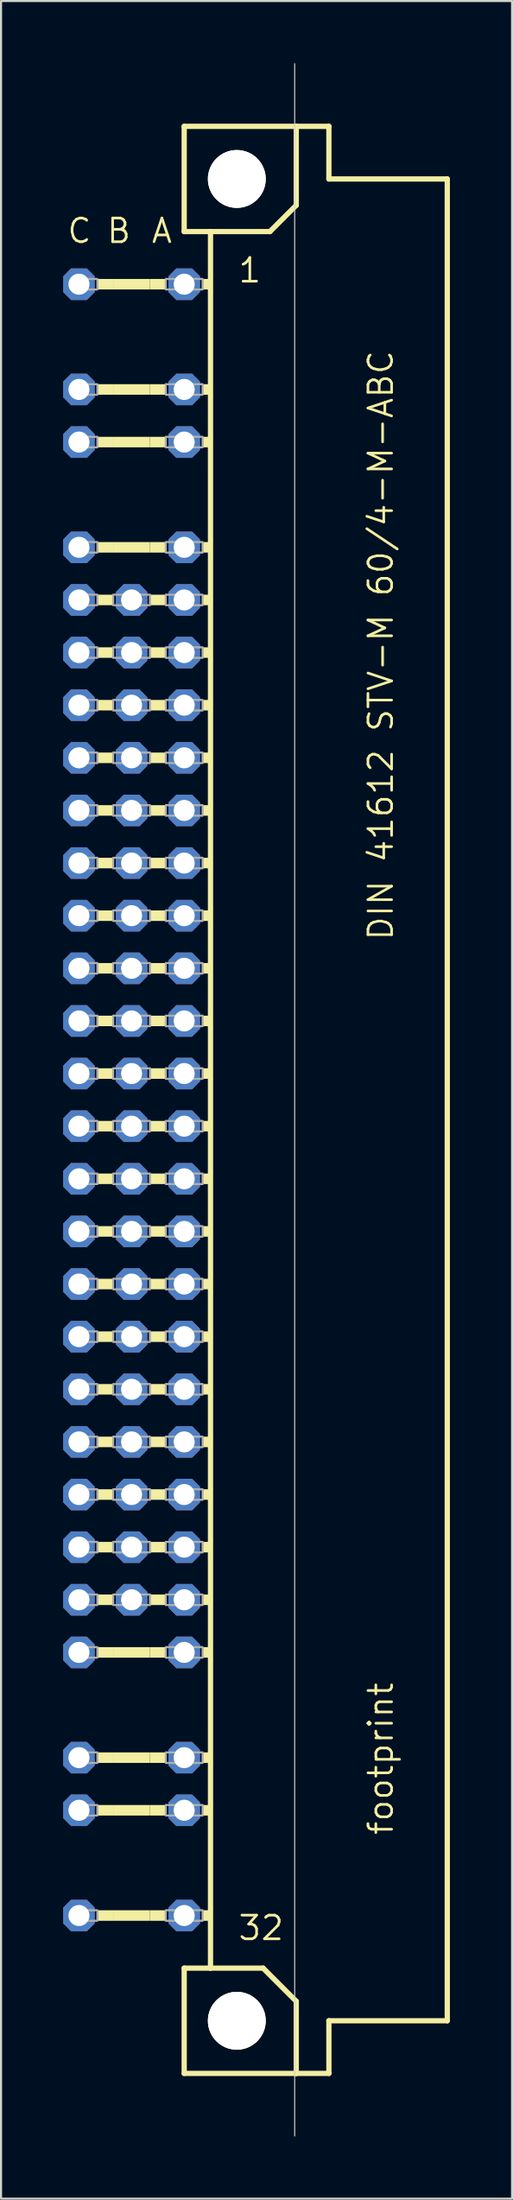
<source format=kicad_pcb>
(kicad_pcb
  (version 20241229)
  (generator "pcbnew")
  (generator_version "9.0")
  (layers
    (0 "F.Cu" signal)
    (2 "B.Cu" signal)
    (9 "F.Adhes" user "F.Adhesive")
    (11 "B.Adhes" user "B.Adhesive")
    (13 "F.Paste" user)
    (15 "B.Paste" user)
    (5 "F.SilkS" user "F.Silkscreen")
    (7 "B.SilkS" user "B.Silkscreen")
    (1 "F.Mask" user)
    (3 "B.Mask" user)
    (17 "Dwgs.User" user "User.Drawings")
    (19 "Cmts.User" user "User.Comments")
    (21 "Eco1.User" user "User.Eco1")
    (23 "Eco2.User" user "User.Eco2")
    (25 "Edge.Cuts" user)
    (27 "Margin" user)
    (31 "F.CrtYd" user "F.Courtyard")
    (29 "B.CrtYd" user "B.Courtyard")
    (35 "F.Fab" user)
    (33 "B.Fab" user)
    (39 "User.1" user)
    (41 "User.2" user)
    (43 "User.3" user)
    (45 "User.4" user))
  (footprint "footprint"
    (layer "F.Cu")
    (at 8.382 50.038)
    (property "Reference" "footprint" (at 7.62 35.56 90) (layer "F.SilkS") (effects (font (size 1.143 1.143) (thickness 0.127)) (justify left bottom)))
    (fp_line (start -2.54 -46.99) (end -2.54 -41.91) (stroke (width 0.254) (type solid)) (layer "F.SilkS"))
    (fp_line (start -2.54 -41.91) (end -1.27 -41.91) (stroke (width 0.254) (type solid)) (layer "F.SilkS"))
    (fp_line (start -2.54 41.91) (end -2.54 46.99) (stroke (width 0.254) (type solid)) (layer "F.SilkS"))
    (fp_line (start -2.54 41.91) (end -1.27 41.91) (stroke (width 0.254) (type solid)) (layer "F.SilkS"))
    (fp_line (start -2.54 46.99) (end 2.87 46.99) (stroke (width 0.254) (type solid)) (layer "F.SilkS"))
    (fp_line (start -1.27 -41.91) (end -1.27 41.91) (stroke (width 0.254) (type solid)) (layer "F.SilkS"))
    (fp_line (start -1.27 -41.91) (end 1.6 -41.91) (stroke (width 0.254) (type solid)) (layer "F.SilkS"))
    (fp_line (start -1.27 41.91) (end 1.27 41.91) (stroke (width 0.254) (type solid)) (layer "F.SilkS"))
    (fp_line (start 1.6 -41.91) (end 2.87 -43.18) (stroke (width 0.254) (type solid)) (layer "F.SilkS"))
    (fp_line (start 2.87 -46.99) (end -2.54 -46.99) (stroke (width 0.254) (type solid)) (layer "F.SilkS"))
    (fp_line (start 2.87 -43.18) (end 2.87 -46.99) (stroke (width 0.254) (type solid)) (layer "F.SilkS"))
    (fp_line (start 2.87 43.51) (end 1.27 41.91) (stroke (width 0.254) (type solid)) (layer "F.SilkS"))
    (fp_line (start 2.87 43.51) (end 2.87 46.99) (stroke (width 0.254) (type solid)) (layer "F.SilkS"))
    (fp_line (start 2.87 46.99) (end 4.445 46.99) (stroke (width 0.254) (type solid)) (layer "F.SilkS"))
    (fp_line (start 4.445 -46.99) (end 2.87 -46.99) (stroke (width 0.254) (type solid)) (layer "F.SilkS"))
    (fp_line (start 4.445 -44.45) (end 4.445 -46.99) (stroke (width 0.254) (type solid)) (layer "F.SilkS"))
    (fp_line (start 4.445 44.45) (end 10.16 44.45) (stroke (width 0.254) (type solid)) (layer "F.SilkS"))
    (fp_line (start 4.445 46.99) (end 4.445 44.45) (stroke (width 0.254) (type solid)) (layer "F.SilkS"))
    (fp_line (start 10.16 -44.45) (end 4.445 -44.45) (stroke (width 0.254) (type solid)) (layer "F.SilkS"))
    (fp_line (start 10.16 44.45) (end 10.16 -44.45) (stroke (width 0.254) (type solid)) (layer "F.SilkS"))
    (fp_circle (center 0 -44.45) (end 1.27 -44.45) (stroke (width 0.254) (type solid)) (fill no) (layer "F.SilkS"))
    (fp_circle (center 0 44.45) (end 1.27 44.45) (stroke (width 0.254) (type solid)) (fill no) (layer "F.SilkS"))
    (fp_poly (pts (xy -6.731 -39.116) (xy -5.969 -39.116) (xy -5.969 -39.624) (xy -6.731 -39.624)) (stroke (width 0) (type solid)) (fill yes) (layer "F.SilkS"))
    (fp_poly (pts (xy -6.731 -34.036) (xy -5.969 -34.036) (xy -5.969 -34.544) (xy -6.731 -34.544)) (stroke (width 0) (type solid)) (fill yes) (layer "F.SilkS"))
    (fp_poly (pts (xy -6.731 -31.496) (xy -5.969 -31.496) (xy -5.969 -32.004) (xy -6.731 -32.004)) (stroke (width 0) (type solid)) (fill yes) (layer "F.SilkS"))
    (fp_poly (pts (xy -6.731 -26.416) (xy -5.969 -26.416) (xy -5.969 -26.924) (xy -6.731 -26.924)) (stroke (width 0) (type solid)) (fill yes) (layer "F.SilkS"))
    (fp_poly (pts (xy -6.731 -23.876) (xy -5.969 -23.876) (xy -5.969 -24.384) (xy -6.731 -24.384)) (stroke (width 0) (type solid)) (fill yes) (layer "F.SilkS"))
    (fp_poly (pts (xy -6.731 -21.336) (xy -5.969 -21.336) (xy -5.969 -21.844) (xy -6.731 -21.844)) (stroke (width 0) (type solid)) (fill yes) (layer "F.SilkS"))
    (fp_poly (pts (xy -6.731 -18.796) (xy -5.969 -18.796) (xy -5.969 -19.304) (xy -6.731 -19.304)) (stroke (width 0) (type solid)) (fill yes) (layer "F.SilkS"))
    (fp_poly (pts (xy -6.731 -16.256) (xy -5.969 -16.256) (xy -5.969 -16.764) (xy -6.731 -16.764)) (stroke (width 0) (type solid)) (fill yes) (layer "F.SilkS"))
    (fp_poly (pts (xy -6.731 -13.716) (xy -5.969 -13.716) (xy -5.969 -14.224) (xy -6.731 -14.224)) (stroke (width 0) (type solid)) (fill yes) (layer "F.SilkS"))
    (fp_poly (pts (xy -6.731 -11.176) (xy -5.969 -11.176) (xy -5.969 -11.684) (xy -6.731 -11.684)) (stroke (width 0) (type solid)) (fill yes) (layer "F.SilkS"))
    (fp_poly (pts (xy -6.731 -8.636) (xy -5.969 -8.636) (xy -5.969 -9.144) (xy -6.731 -9.144)) (stroke (width 0) (type solid)) (fill yes) (layer "F.SilkS"))
    (fp_poly (pts (xy -6.731 -6.096) (xy -5.969 -6.096) (xy -5.969 -6.604) (xy -6.731 -6.604)) (stroke (width 0) (type solid)) (fill yes) (layer "F.SilkS"))
    (fp_poly (pts (xy -6.731 -3.556) (xy -5.969 -3.556) (xy -5.969 -4.064) (xy -6.731 -4.064)) (stroke (width 0) (type solid)) (fill yes) (layer "F.SilkS"))
    (fp_poly (pts (xy -6.731 -1.016) (xy -5.969 -1.016) (xy -5.969 -1.524) (xy -6.731 -1.524)) (stroke (width 0) (type solid)) (fill yes) (layer "F.SilkS"))
    (fp_poly (pts (xy -6.731 1.524) (xy -5.969 1.524) (xy -5.969 1.016) (xy -6.731 1.016)) (stroke (width 0) (type solid)) (fill yes) (layer "F.SilkS"))
    (fp_poly (pts (xy -6.731 4.064) (xy -5.969 4.064) (xy -5.969 3.556) (xy -6.731 3.556)) (stroke (width 0) (type solid)) (fill yes) (layer "F.SilkS"))
    (fp_poly (pts (xy -6.731 6.604) (xy -5.969 6.604) (xy -5.969 6.096) (xy -6.731 6.096)) (stroke (width 0) (type solid)) (fill yes) (layer "F.SilkS"))
    (fp_poly (pts (xy -6.731 9.144) (xy -5.969 9.144) (xy -5.969 8.636) (xy -6.731 8.636)) (stroke (width 0) (type solid)) (fill yes) (layer "F.SilkS"))
    (fp_poly (pts (xy -6.731 11.684) (xy -5.969 11.684) (xy -5.969 11.176) (xy -6.731 11.176)) (stroke (width 0) (type solid)) (fill yes) (layer "F.SilkS"))
    (fp_poly (pts (xy -6.731 14.224) (xy -5.969 14.224) (xy -5.969 13.716) (xy -6.731 13.716)) (stroke (width 0) (type solid)) (fill yes) (layer "F.SilkS"))
    (fp_poly (pts (xy -6.731 16.764) (xy -5.969 16.764) (xy -5.969 16.256) (xy -6.731 16.256)) (stroke (width 0) (type solid)) (fill yes) (layer "F.SilkS"))
    (fp_poly (pts (xy -6.731 19.304) (xy -5.969 19.304) (xy -5.969 18.796) (xy -6.731 18.796)) (stroke (width 0) (type solid)) (fill yes) (layer "F.SilkS"))
    (fp_poly (pts (xy -6.731 21.844) (xy -5.969 21.844) (xy -5.969 21.336) (xy -6.731 21.336)) (stroke (width 0) (type solid)) (fill yes) (layer "F.SilkS"))
    (fp_poly (pts (xy -6.731 24.384) (xy -5.969 24.384) (xy -5.969 23.876) (xy -6.731 23.876)) (stroke (width 0) (type solid)) (fill yes) (layer "F.SilkS"))
    (fp_poly (pts (xy -6.731 26.924) (xy -5.969 26.924) (xy -5.969 26.416) (xy -6.731 26.416)) (stroke (width 0) (type solid)) (fill yes) (layer "F.SilkS"))
    (fp_poly (pts (xy -6.731 32.004) (xy -5.969 32.004) (xy -5.969 31.496) (xy -6.731 31.496)) (stroke (width 0) (type solid)) (fill yes) (layer "F.SilkS"))
    (fp_poly (pts (xy -6.731 34.544) (xy -5.969 34.544) (xy -5.969 34.036) (xy -6.731 34.036)) (stroke (width 0) (type solid)) (fill yes) (layer "F.SilkS"))
    (fp_poly (pts (xy -6.731 39.624) (xy -5.969 39.624) (xy -5.969 39.116) (xy -6.731 39.116)) (stroke (width 0) (type solid)) (fill yes) (layer "F.SilkS"))
    (fp_poly (pts (xy -5.969 -39.116) (xy -4.191 -39.116) (xy -4.191 -39.624) (xy -5.969 -39.624)) (stroke (width 0) (type solid)) (fill yes) (layer "F.SilkS"))
    (fp_poly (pts (xy -5.969 -34.036) (xy -4.191 -34.036) (xy -4.191 -34.544) (xy -5.969 -34.544)) (stroke (width 0) (type solid)) (fill yes) (layer "F.SilkS"))
    (fp_poly (pts (xy -5.969 -31.496) (xy -4.191 -31.496) (xy -4.191 -32.004) (xy -5.969 -32.004)) (stroke (width 0) (type solid)) (fill yes) (layer "F.SilkS"))
    (fp_poly (pts (xy -5.969 -26.416) (xy -4.191 -26.416) (xy -4.191 -26.924) (xy -5.969 -26.924)) (stroke (width 0) (type solid)) (fill yes) (layer "F.SilkS"))
    (fp_poly (pts (xy -5.969 26.924) (xy -4.191 26.924) (xy -4.191 26.416) (xy -5.969 26.416)) (stroke (width 0) (type solid)) (fill yes) (layer "F.SilkS"))
    (fp_poly (pts (xy -5.969 32.004) (xy -4.191 32.004) (xy -4.191 31.496) (xy -5.969 31.496)) (stroke (width 0) (type solid)) (fill yes) (layer "F.SilkS"))
    (fp_poly (pts (xy -5.969 34.544) (xy -4.191 34.544) (xy -4.191 34.036) (xy -5.969 34.036)) (stroke (width 0) (type solid)) (fill yes) (layer "F.SilkS"))
    (fp_poly (pts (xy -5.969 39.624) (xy -4.191 39.624) (xy -4.191 39.116) (xy -5.969 39.116)) (stroke (width 0) (type solid)) (fill yes) (layer "F.SilkS"))
    (fp_poly (pts (xy -4.191 -39.116) (xy -3.429 -39.116) (xy -3.429 -39.624) (xy -4.191 -39.624)) (stroke (width 0) (type solid)) (fill yes) (layer "F.SilkS"))
    (fp_poly (pts (xy -4.191 -34.036) (xy -3.429 -34.036) (xy -3.429 -34.544) (xy -4.191 -34.544)) (stroke (width 0) (type solid)) (fill yes) (layer "F.SilkS"))
    (fp_poly (pts (xy -4.191 -31.496) (xy -3.429 -31.496) (xy -3.429 -32.004) (xy -4.191 -32.004)) (stroke (width 0) (type solid)) (fill yes) (layer "F.SilkS"))
    (fp_poly (pts (xy -4.191 -26.416) (xy -3.429 -26.416) (xy -3.429 -26.924) (xy -4.191 -26.924)) (stroke (width 0) (type solid)) (fill yes) (layer "F.SilkS"))
    (fp_poly (pts (xy -4.191 -23.876) (xy -3.429 -23.876) (xy -3.429 -24.384) (xy -4.191 -24.384)) (stroke (width 0) (type solid)) (fill yes) (layer "F.SilkS"))
    (fp_poly (pts (xy -4.191 -21.336) (xy -3.429 -21.336) (xy -3.429 -21.844) (xy -4.191 -21.844)) (stroke (width 0) (type solid)) (fill yes) (layer "F.SilkS"))
    (fp_poly (pts (xy -4.191 -18.796) (xy -3.429 -18.796) (xy -3.429 -19.304) (xy -4.191 -19.304)) (stroke (width 0) (type solid)) (fill yes) (layer "F.SilkS"))
    (fp_poly (pts (xy -4.191 -16.256) (xy -3.429 -16.256) (xy -3.429 -16.764) (xy -4.191 -16.764)) (stroke (width 0) (type solid)) (fill yes) (layer "F.SilkS"))
    (fp_poly (pts (xy -4.191 -13.716) (xy -3.429 -13.716) (xy -3.429 -14.224) (xy -4.191 -14.224)) (stroke (width 0) (type solid)) (fill yes) (layer "F.SilkS"))
    (fp_poly (pts (xy -4.191 -11.176) (xy -3.429 -11.176) (xy -3.429 -11.684) (xy -4.191 -11.684)) (stroke (width 0) (type solid)) (fill yes) (layer "F.SilkS"))
    (fp_poly (pts (xy -4.191 -8.636) (xy -3.429 -8.636) (xy -3.429 -9.144) (xy -4.191 -9.144)) (stroke (width 0) (type solid)) (fill yes) (layer "F.SilkS"))
    (fp_poly (pts (xy -4.191 -6.096) (xy -3.429 -6.096) (xy -3.429 -6.604) (xy -4.191 -6.604)) (stroke (width 0) (type solid)) (fill yes) (layer "F.SilkS"))
    (fp_poly (pts (xy -4.191 -3.556) (xy -3.429 -3.556) (xy -3.429 -4.064) (xy -4.191 -4.064)) (stroke (width 0) (type solid)) (fill yes) (layer "F.SilkS"))
    (fp_poly (pts (xy -4.191 -1.016) (xy -3.429 -1.016) (xy -3.429 -1.524) (xy -4.191 -1.524)) (stroke (width 0) (type solid)) (fill yes) (layer "F.SilkS"))
    (fp_poly (pts (xy -4.191 1.524) (xy -3.429 1.524) (xy -3.429 1.016) (xy -4.191 1.016)) (stroke (width 0) (type solid)) (fill yes) (layer "F.SilkS"))
    (fp_poly (pts (xy -4.191 4.064) (xy -3.429 4.064) (xy -3.429 3.556) (xy -4.191 3.556)) (stroke (width 0) (type solid)) (fill yes) (layer "F.SilkS"))
    (fp_poly (pts (xy -4.191 6.604) (xy -3.429 6.604) (xy -3.429 6.096) (xy -4.191 6.096)) (stroke (width 0) (type solid)) (fill yes) (layer "F.SilkS"))
    (fp_poly (pts (xy -4.191 9.144) (xy -3.429 9.144) (xy -3.429 8.636) (xy -4.191 8.636)) (stroke (width 0) (type solid)) (fill yes) (layer "F.SilkS"))
    (fp_poly (pts (xy -4.191 11.684) (xy -3.429 11.684) (xy -3.429 11.176) (xy -4.191 11.176)) (stroke (width 0) (type solid)) (fill yes) (layer "F.SilkS"))
    (fp_poly (pts (xy -4.191 14.224) (xy -3.429 14.224) (xy -3.429 13.716) (xy -4.191 13.716)) (stroke (width 0) (type solid)) (fill yes) (layer "F.SilkS"))
    (fp_poly (pts (xy -4.191 16.764) (xy -3.429 16.764) (xy -3.429 16.256) (xy -4.191 16.256)) (stroke (width 0) (type solid)) (fill yes) (layer "F.SilkS"))
    (fp_poly (pts (xy -4.191 19.304) (xy -3.429 19.304) (xy -3.429 18.796) (xy -4.191 18.796)) (stroke (width 0) (type solid)) (fill yes) (layer "F.SilkS"))
    (fp_poly (pts (xy -4.191 21.844) (xy -3.429 21.844) (xy -3.429 21.336) (xy -4.191 21.336)) (stroke (width 0) (type solid)) (fill yes) (layer "F.SilkS"))
    (fp_poly (pts (xy -4.191 24.384) (xy -3.429 24.384) (xy -3.429 23.876) (xy -4.191 23.876)) (stroke (width 0) (type solid)) (fill yes) (layer "F.SilkS"))
    (fp_poly (pts (xy -4.191 26.924) (xy -3.429 26.924) (xy -3.429 26.416) (xy -4.191 26.416)) (stroke (width 0) (type solid)) (fill yes) (layer "F.SilkS"))
    (fp_poly (pts (xy -4.191 32.004) (xy -3.429 32.004) (xy -3.429 31.496) (xy -4.191 31.496)) (stroke (width 0) (type solid)) (fill yes) (layer "F.SilkS"))
    (fp_poly (pts (xy -4.191 34.544) (xy -3.429 34.544) (xy -3.429 34.036) (xy -4.191 34.036)) (stroke (width 0) (type solid)) (fill yes) (layer "F.SilkS"))
    (fp_poly (pts (xy -4.191 39.624) (xy -3.429 39.624) (xy -3.429 39.116) (xy -4.191 39.116)) (stroke (width 0) (type solid)) (fill yes) (layer "F.SilkS"))
    (fp_poly (pts (xy -1.651 -39.116) (xy -1.27 -39.116) (xy -1.27 -39.624) (xy -1.651 -39.624)) (stroke (width 0) (type solid)) (fill yes) (layer "F.SilkS"))
    (fp_poly (pts (xy -1.651 -34.036) (xy -1.27 -34.036) (xy -1.27 -34.544) (xy -1.651 -34.544)) (stroke (width 0) (type solid)) (fill yes) (layer "F.SilkS"))
    (fp_poly (pts (xy -1.651 -31.496) (xy -1.27 -31.496) (xy -1.27 -32.004) (xy -1.651 -32.004)) (stroke (width 0) (type solid)) (fill yes) (layer "F.SilkS"))
    (fp_poly (pts (xy -1.651 -26.416) (xy -1.27 -26.416) (xy -1.27 -26.924) (xy -1.651 -26.924)) (stroke (width 0) (type solid)) (fill yes) (layer "F.SilkS"))
    (fp_poly (pts (xy -1.651 -23.876) (xy -1.27 -23.876) (xy -1.27 -24.384) (xy -1.651 -24.384)) (stroke (width 0) (type solid)) (fill yes) (layer "F.SilkS"))
    (fp_poly (pts (xy -1.651 -21.336) (xy -1.27 -21.336) (xy -1.27 -21.844) (xy -1.651 -21.844)) (stroke (width 0) (type solid)) (fill yes) (layer "F.SilkS"))
    (fp_poly (pts (xy -1.651 -18.796) (xy -1.27 -18.796) (xy -1.27 -19.304) (xy -1.651 -19.304)) (stroke (width 0) (type solid)) (fill yes) (layer "F.SilkS"))
    (fp_poly (pts (xy -1.651 -16.256) (xy -1.27 -16.256) (xy -1.27 -16.764) (xy -1.651 -16.764)) (stroke (width 0) (type solid)) (fill yes) (layer "F.SilkS"))
    (fp_poly (pts (xy -1.651 -13.716) (xy -1.27 -13.716) (xy -1.27 -14.224) (xy -1.651 -14.224)) (stroke (width 0) (type solid)) (fill yes) (layer "F.SilkS"))
    (fp_poly (pts (xy -1.651 -11.176) (xy -1.27 -11.176) (xy -1.27 -11.684) (xy -1.651 -11.684)) (stroke (width 0) (type solid)) (fill yes) (layer "F.SilkS"))
    (fp_poly (pts (xy -1.651 -8.636) (xy -1.27 -8.636) (xy -1.27 -9.144) (xy -1.651 -9.144)) (stroke (width 0) (type solid)) (fill yes) (layer "F.SilkS"))
    (fp_poly (pts (xy -1.651 -6.096) (xy -1.27 -6.096) (xy -1.27 -6.604) (xy -1.651 -6.604)) (stroke (width 0) (type solid)) (fill yes) (layer "F.SilkS"))
    (fp_poly (pts (xy -1.651 -3.556) (xy -1.27 -3.556) (xy -1.27 -4.064) (xy -1.651 -4.064)) (stroke (width 0) (type solid)) (fill yes) (layer "F.SilkS"))
    (fp_poly (pts (xy -1.651 -1.016) (xy -1.27 -1.016) (xy -1.27 -1.524) (xy -1.651 -1.524)) (stroke (width 0) (type solid)) (fill yes) (layer "F.SilkS"))
    (fp_poly (pts (xy -1.651 1.524) (xy -1.27 1.524) (xy -1.27 1.016) (xy -1.651 1.016)) (stroke (width 0) (type solid)) (fill yes) (layer "F.SilkS"))
    (fp_poly (pts (xy -1.651 4.064) (xy -1.27 4.064) (xy -1.27 3.556) (xy -1.651 3.556)) (stroke (width 0) (type solid)) (fill yes) (layer "F.SilkS"))
    (fp_poly (pts (xy -1.651 6.604) (xy -1.27 6.604) (xy -1.27 6.096) (xy -1.651 6.096)) (stroke (width 0) (type solid)) (fill yes) (layer "F.SilkS"))
    (fp_poly (pts (xy -1.651 9.144) (xy -1.27 9.144) (xy -1.27 8.636) (xy -1.651 8.636)) (stroke (width 0) (type solid)) (fill yes) (layer "F.SilkS"))
    (fp_poly (pts (xy -1.651 11.684) (xy -1.27 11.684) (xy -1.27 11.176) (xy -1.651 11.176)) (stroke (width 0) (type solid)) (fill yes) (layer "F.SilkS"))
    (fp_poly (pts (xy -1.651 14.224) (xy -1.27 14.224) (xy -1.27 13.716) (xy -1.651 13.716)) (stroke (width 0) (type solid)) (fill yes) (layer "F.SilkS"))
    (fp_poly (pts (xy -1.651 16.764) (xy -1.27 16.764) (xy -1.27 16.256) (xy -1.651 16.256)) (stroke (width 0) (type solid)) (fill yes) (layer "F.SilkS"))
    (fp_poly (pts (xy -1.651 19.304) (xy -1.27 19.304) (xy -1.27 18.796) (xy -1.651 18.796)) (stroke (width 0) (type solid)) (fill yes) (layer "F.SilkS"))
    (fp_poly (pts (xy -1.651 21.844) (xy -1.27 21.844) (xy -1.27 21.336) (xy -1.651 21.336)) (stroke (width 0) (type solid)) (fill yes) (layer "F.SilkS"))
    (fp_poly (pts (xy -1.651 24.384) (xy -1.27 24.384) (xy -1.27 23.876) (xy -1.651 23.876)) (stroke (width 0) (type solid)) (fill yes) (layer "F.SilkS"))
    (fp_poly (pts (xy -1.651 26.924) (xy -1.27 26.924) (xy -1.27 26.416) (xy -1.651 26.416)) (stroke (width 0) (type solid)) (fill yes) (layer "F.SilkS"))
    (fp_poly (pts (xy -1.651 32.004) (xy -1.27 32.004) (xy -1.27 31.496) (xy -1.651 31.496)) (stroke (width 0) (type solid)) (fill yes) (layer "F.SilkS"))
    (fp_poly (pts (xy -1.651 34.544) (xy -1.27 34.544) (xy -1.27 34.036) (xy -1.651 34.036)) (stroke (width 0) (type solid)) (fill yes) (layer "F.SilkS"))
    (fp_poly (pts (xy -1.651 39.624) (xy -1.27 39.624) (xy -1.27 39.116) (xy -1.651 39.116)) (stroke (width 0) (type solid)) (fill yes) (layer "F.SilkS"))
    (fp_line (start 2.794 50.013) (end 2.794 -50.013) (stroke (width 0.05) (type solid)) (layer "Edge.Cuts"))
    (fp_poly (pts (xy -7.874 -39.116) (xy -6.731 -39.116) (xy -6.731 -39.624) (xy -7.874 -39.624)) (stroke (width 0.1) (type solid)) (fill no) (layer "F.Fab"))
    (fp_poly (pts (xy -7.874 -34.036) (xy -6.731 -34.036) (xy -6.731 -34.544) (xy -7.874 -34.544)) (stroke (width 0.1) (type solid)) (fill no) (layer "F.Fab"))
    (fp_poly (pts (xy -7.874 -31.496) (xy -6.731 -31.496) (xy -6.731 -32.004) (xy -7.874 -32.004)) (stroke (width 0.1) (type solid)) (fill no) (layer "F.Fab"))
    (fp_poly (pts (xy -7.874 -26.416) (xy -6.731 -26.416) (xy -6.731 -26.924) (xy -7.874 -26.924)) (stroke (width 0.1) (type solid)) (fill no) (layer "F.Fab"))
    (fp_poly (pts (xy -7.874 -23.876) (xy -6.731 -23.876) (xy -6.731 -24.384) (xy -7.874 -24.384)) (stroke (width 0.1) (type solid)) (fill no) (layer "F.Fab"))
    (fp_poly (pts (xy -7.874 -21.336) (xy -6.731 -21.336) (xy -6.731 -21.844) (xy -7.874 -21.844)) (stroke (width 0.1) (type solid)) (fill no) (layer "F.Fab"))
    (fp_poly (pts (xy -7.874 -18.796) (xy -6.731 -18.796) (xy -6.731 -19.304) (xy -7.874 -19.304)) (stroke (width 0.1) (type solid)) (fill no) (layer "F.Fab"))
    (fp_poly (pts (xy -7.874 -16.256) (xy -6.731 -16.256) (xy -6.731 -16.764) (xy -7.874 -16.764)) (stroke (width 0.1) (type solid)) (fill no) (layer "F.Fab"))
    (fp_poly (pts (xy -7.874 -13.716) (xy -6.731 -13.716) (xy -6.731 -14.224) (xy -7.874 -14.224)) (stroke (width 0.1) (type solid)) (fill no) (layer "F.Fab"))
    (fp_poly (pts (xy -7.874 -11.176) (xy -6.731 -11.176) (xy -6.731 -11.684) (xy -7.874 -11.684)) (stroke (width 0.1) (type solid)) (fill no) (layer "F.Fab"))
    (fp_poly (pts (xy -7.874 -8.636) (xy -6.731 -8.636) (xy -6.731 -9.144) (xy -7.874 -9.144)) (stroke (width 0.1) (type solid)) (fill no) (layer "F.Fab"))
    (fp_poly (pts (xy -7.874 -6.096) (xy -6.731 -6.096) (xy -6.731 -6.604) (xy -7.874 -6.604)) (stroke (width 0.1) (type solid)) (fill no) (layer "F.Fab"))
    (fp_poly (pts (xy -7.874 -3.556) (xy -6.731 -3.556) (xy -6.731 -4.064) (xy -7.874 -4.064)) (stroke (width 0.1) (type solid)) (fill no) (layer "F.Fab"))
    (fp_poly (pts (xy -7.874 -1.016) (xy -6.731 -1.016) (xy -6.731 -1.524) (xy -7.874 -1.524)) (stroke (width 0.1) (type solid)) (fill no) (layer "F.Fab"))
    (fp_poly (pts (xy -7.874 1.524) (xy -6.731 1.524) (xy -6.731 1.016) (xy -7.874 1.016)) (stroke (width 0.1) (type solid)) (fill no) (layer "F.Fab"))
    (fp_poly (pts (xy -7.874 4.064) (xy -6.731 4.064) (xy -6.731 3.556) (xy -7.874 3.556)) (stroke (width 0.1) (type solid)) (fill no) (layer "F.Fab"))
    (fp_poly (pts (xy -7.874 6.604) (xy -6.731 6.604) (xy -6.731 6.096) (xy -7.874 6.096)) (stroke (width 0.1) (type solid)) (fill no) (layer "F.Fab"))
    (fp_poly (pts (xy -7.874 9.144) (xy -6.731 9.144) (xy -6.731 8.636) (xy -7.874 8.636)) (stroke (width 0.1) (type solid)) (fill no) (layer "F.Fab"))
    (fp_poly (pts (xy -7.874 11.684) (xy -6.731 11.684) (xy -6.731 11.176) (xy -7.874 11.176)) (stroke (width 0.1) (type solid)) (fill no) (layer "F.Fab"))
    (fp_poly (pts (xy -7.874 14.224) (xy -6.731 14.224) (xy -6.731 13.716) (xy -7.874 13.716)) (stroke (width 0.1) (type solid)) (fill no) (layer "F.Fab"))
    (fp_poly (pts (xy -7.874 16.764) (xy -6.731 16.764) (xy -6.731 16.256) (xy -7.874 16.256)) (stroke (width 0.1) (type solid)) (fill no) (layer "F.Fab"))
    (fp_poly (pts (xy -7.874 19.304) (xy -6.731 19.304) (xy -6.731 18.796) (xy -7.874 18.796)) (stroke (width 0.1) (type solid)) (fill no) (layer "F.Fab"))
    (fp_poly (pts (xy -7.874 21.844) (xy -6.731 21.844) (xy -6.731 21.336) (xy -7.874 21.336)) (stroke (width 0.1) (type solid)) (fill no) (layer "F.Fab"))
    (fp_poly (pts (xy -7.874 24.384) (xy -6.731 24.384) (xy -6.731 23.876) (xy -7.874 23.876)) (stroke (width 0.1) (type solid)) (fill no) (layer "F.Fab"))
    (fp_poly (pts (xy -7.874 26.924) (xy -6.731 26.924) (xy -6.731 26.416) (xy -7.874 26.416)) (stroke (width 0.1) (type solid)) (fill no) (layer "F.Fab"))
    (fp_poly (pts (xy -7.874 32.004) (xy -6.731 32.004) (xy -6.731 31.496) (xy -7.874 31.496)) (stroke (width 0.1) (type solid)) (fill no) (layer "F.Fab"))
    (fp_poly (pts (xy -7.874 34.544) (xy -6.731 34.544) (xy -6.731 34.036) (xy -7.874 34.036)) (stroke (width 0.1) (type solid)) (fill no) (layer "F.Fab"))
    (fp_poly (pts (xy -7.874 39.624) (xy -6.731 39.624) (xy -6.731 39.116) (xy -7.874 39.116)) (stroke (width 0.1) (type solid)) (fill no) (layer "F.Fab"))
    (fp_poly (pts (xy -5.969 -23.876) (xy -4.191 -23.876) (xy -4.191 -24.384) (xy -5.969 -24.384)) (stroke (width 0.1) (type solid)) (fill no) (layer "F.Fab"))
    (fp_poly (pts (xy -5.969 -21.336) (xy -4.191 -21.336) (xy -4.191 -21.844) (xy -5.969 -21.844)) (stroke (width 0.1) (type solid)) (fill no) (layer "F.Fab"))
    (fp_poly (pts (xy -5.969 -18.796) (xy -4.191 -18.796) (xy -4.191 -19.304) (xy -5.969 -19.304)) (stroke (width 0.1) (type solid)) (fill no) (layer "F.Fab"))
    (fp_poly (pts (xy -5.969 -16.256) (xy -4.191 -16.256) (xy -4.191 -16.764) (xy -5.969 -16.764)) (stroke (width 0.1) (type solid)) (fill no) (layer "F.Fab"))
    (fp_poly (pts (xy -5.969 -13.716) (xy -4.191 -13.716) (xy -4.191 -14.224) (xy -5.969 -14.224)) (stroke (width 0.1) (type solid)) (fill no) (layer "F.Fab"))
    (fp_poly (pts (xy -5.969 -11.176) (xy -4.191 -11.176) (xy -4.191 -11.684) (xy -5.969 -11.684)) (stroke (width 0.1) (type solid)) (fill no) (layer "F.Fab"))
    (fp_poly (pts (xy -5.969 -8.636) (xy -4.191 -8.636) (xy -4.191 -9.144) (xy -5.969 -9.144)) (stroke (width 0.1) (type solid)) (fill no) (layer "F.Fab"))
    (fp_poly (pts (xy -5.969 -6.096) (xy -4.191 -6.096) (xy -4.191 -6.604) (xy -5.969 -6.604)) (stroke (width 0.1) (type solid)) (fill no) (layer "F.Fab"))
    (fp_poly (pts (xy -5.969 -3.556) (xy -4.191 -3.556) (xy -4.191 -4.064) (xy -5.969 -4.064)) (stroke (width 0.1) (type solid)) (fill no) (layer "F.Fab"))
    (fp_poly (pts (xy -5.969 -1.016) (xy -4.191 -1.016) (xy -4.191 -1.524) (xy -5.969 -1.524)) (stroke (width 0.1) (type solid)) (fill no) (layer "F.Fab"))
    (fp_poly (pts (xy -5.969 1.524) (xy -4.191 1.524) (xy -4.191 1.016) (xy -5.969 1.016)) (stroke (width 0.1) (type solid)) (fill no) (layer "F.Fab"))
    (fp_poly (pts (xy -5.969 4.064) (xy -4.191 4.064) (xy -4.191 3.556) (xy -5.969 3.556)) (stroke (width 0.1) (type solid)) (fill no) (layer "F.Fab"))
    (fp_poly (pts (xy -5.969 6.604) (xy -4.191 6.604) (xy -4.191 6.096) (xy -5.969 6.096)) (stroke (width 0.1) (type solid)) (fill no) (layer "F.Fab"))
    (fp_poly (pts (xy -5.969 9.144) (xy -4.191 9.144) (xy -4.191 8.636) (xy -5.969 8.636)) (stroke (width 0.1) (type solid)) (fill no) (layer "F.Fab"))
    (fp_poly (pts (xy -5.969 11.684) (xy -4.191 11.684) (xy -4.191 11.176) (xy -5.969 11.176)) (stroke (width 0.1) (type solid)) (fill no) (layer "F.Fab"))
    (fp_poly (pts (xy -5.969 14.224) (xy -4.191 14.224) (xy -4.191 13.716) (xy -5.969 13.716)) (stroke (width 0.1) (type solid)) (fill no) (layer "F.Fab"))
    (fp_poly (pts (xy -5.969 16.764) (xy -4.191 16.764) (xy -4.191 16.256) (xy -5.969 16.256)) (stroke (width 0.1) (type solid)) (fill no) (layer "F.Fab"))
    (fp_poly (pts (xy -5.969 19.304) (xy -4.191 19.304) (xy -4.191 18.796) (xy -5.969 18.796)) (stroke (width 0.1) (type solid)) (fill no) (layer "F.Fab"))
    (fp_poly (pts (xy -5.969 21.844) (xy -4.191 21.844) (xy -4.191 21.336) (xy -5.969 21.336)) (stroke (width 0.1) (type solid)) (fill no) (layer "F.Fab"))
    (fp_poly (pts (xy -5.969 24.384) (xy -4.191 24.384) (xy -4.191 23.876) (xy -5.969 23.876)) (stroke (width 0.1) (type solid)) (fill no) (layer "F.Fab"))
    (fp_poly (pts (xy -3.429 -39.116) (xy -1.651 -39.116) (xy -1.651 -39.624) (xy -3.429 -39.624)) (stroke (width 0.1) (type solid)) (fill no) (layer "F.Fab"))
    (fp_poly (pts (xy -3.429 -34.036) (xy -1.651 -34.036) (xy -1.651 -34.544) (xy -3.429 -34.544)) (stroke (width 0.1) (type solid)) (fill no) (layer "F.Fab"))
    (fp_poly (pts (xy -3.429 -31.496) (xy -1.651 -31.496) (xy -1.651 -32.004) (xy -3.429 -32.004)) (stroke (width 0.1) (type solid)) (fill no) (layer "F.Fab"))
    (fp_poly (pts (xy -3.429 -26.416) (xy -1.651 -26.416) (xy -1.651 -26.924) (xy -3.429 -26.924)) (stroke (width 0.1) (type solid)) (fill no) (layer "F.Fab"))
    (fp_poly (pts (xy -3.429 -23.876) (xy -1.651 -23.876) (xy -1.651 -24.384) (xy -3.429 -24.384)) (stroke (width 0.1) (type solid)) (fill no) (layer "F.Fab"))
    (fp_poly (pts (xy -3.429 -21.336) (xy -1.651 -21.336) (xy -1.651 -21.844) (xy -3.429 -21.844)) (stroke (width 0.1) (type solid)) (fill no) (layer "F.Fab"))
    (fp_poly (pts (xy -3.429 -18.796) (xy -1.651 -18.796) (xy -1.651 -19.304) (xy -3.429 -19.304)) (stroke (width 0.1) (type solid)) (fill no) (layer "F.Fab"))
    (fp_poly (pts (xy -3.429 -16.256) (xy -1.651 -16.256) (xy -1.651 -16.764) (xy -3.429 -16.764)) (stroke (width 0.1) (type solid)) (fill no) (layer "F.Fab"))
    (fp_poly (pts (xy -3.429 -13.716) (xy -1.651 -13.716) (xy -1.651 -14.224) (xy -3.429 -14.224)) (stroke (width 0.1) (type solid)) (fill no) (layer "F.Fab"))
    (fp_poly (pts (xy -3.429 -11.176) (xy -1.651 -11.176) (xy -1.651 -11.684) (xy -3.429 -11.684)) (stroke (width 0.1) (type solid)) (fill no) (layer "F.Fab"))
    (fp_poly (pts (xy -3.429 -8.636) (xy -1.651 -8.636) (xy -1.651 -9.144) (xy -3.429 -9.144)) (stroke (width 0.1) (type solid)) (fill no) (layer "F.Fab"))
    (fp_poly (pts (xy -3.429 -6.096) (xy -1.651 -6.096) (xy -1.651 -6.604) (xy -3.429 -6.604)) (stroke (width 0.1) (type solid)) (fill no) (layer "F.Fab"))
    (fp_poly (pts (xy -3.429 -3.556) (xy -1.651 -3.556) (xy -1.651 -4.064) (xy -3.429 -4.064)) (stroke (width 0.1) (type solid)) (fill no) (layer "F.Fab"))
    (fp_poly (pts (xy -3.429 -1.016) (xy -1.651 -1.016) (xy -1.651 -1.524) (xy -3.429 -1.524)) (stroke (width 0.1) (type solid)) (fill no) (layer "F.Fab"))
    (fp_poly (pts (xy -3.429 1.524) (xy -1.651 1.524) (xy -1.651 1.016) (xy -3.429 1.016)) (stroke (width 0.1) (type solid)) (fill no) (layer "F.Fab"))
    (fp_poly (pts (xy -3.429 4.064) (xy -1.651 4.064) (xy -1.651 3.556) (xy -3.429 3.556)) (stroke (width 0.1) (type solid)) (fill no) (layer "F.Fab"))
    (fp_poly (pts (xy -3.429 6.604) (xy -1.651 6.604) (xy -1.651 6.096) (xy -3.429 6.096)) (stroke (width 0.1) (type solid)) (fill no) (layer "F.Fab"))
    (fp_poly (pts (xy -3.429 9.144) (xy -1.651 9.144) (xy -1.651 8.636) (xy -3.429 8.636)) (stroke (width 0.1) (type solid)) (fill no) (layer "F.Fab"))
    (fp_poly (pts (xy -3.429 11.684) (xy -1.651 11.684) (xy -1.651 11.176) (xy -3.429 11.176)) (stroke (width 0.1) (type solid)) (fill no) (layer "F.Fab"))
    (fp_poly (pts (xy -3.429 14.224) (xy -1.651 14.224) (xy -1.651 13.716) (xy -3.429 13.716)) (stroke (width 0.1) (type solid)) (fill no) (layer "F.Fab"))
    (fp_poly (pts (xy -3.429 16.764) (xy -1.651 16.764) (xy -1.651 16.256) (xy -3.429 16.256)) (stroke (width 0.1) (type solid)) (fill no) (layer "F.Fab"))
    (fp_poly (pts (xy -3.429 19.304) (xy -1.651 19.304) (xy -1.651 18.796) (xy -3.429 18.796)) (stroke (width 0.1) (type solid)) (fill no) (layer "F.Fab"))
    (fp_poly (pts (xy -3.429 21.844) (xy -1.651 21.844) (xy -1.651 21.336) (xy -3.429 21.336)) (stroke (width 0.1) (type solid)) (fill no) (layer "F.Fab"))
    (fp_poly (pts (xy -3.429 24.384) (xy -1.651 24.384) (xy -1.651 23.876) (xy -3.429 23.876)) (stroke (width 0.1) (type solid)) (fill no) (layer "F.Fab"))
    (fp_poly (pts (xy -3.429 26.924) (xy -1.651 26.924) (xy -1.651 26.416) (xy -3.429 26.416)) (stroke (width 0.1) (type solid)) (fill no) (layer "F.Fab"))
    (fp_poly (pts (xy -3.429 32.004) (xy -1.651 32.004) (xy -1.651 31.496) (xy -3.429 31.496)) (stroke (width 0.1) (type solid)) (fill no) (layer "F.Fab"))
    (fp_poly (pts (xy -3.429 34.544) (xy -1.651 34.544) (xy -1.651 34.036) (xy -3.429 34.036)) (stroke (width 0.1) (type solid)) (fill no) (layer "F.Fab"))
    (fp_poly (pts (xy -3.429 39.624) (xy -1.651 39.624) (xy -1.651 39.116) (xy -3.429 39.116)) (stroke (width 0.1) (type solid)) (fill no) (layer "F.Fab"))
    (fp_text user "A" (at -4.191 -41.275 0) (layer "F.SilkS") (effects (font (size 1.143 1.143) (thickness 0.127)) (justify left bottom)))
    (fp_text user "B" (at -6.35 -41.275 0) (layer "F.SilkS") (effects (font (size 1.143 1.143) (thickness 0.127)) (justify left bottom)))
    (fp_text user "1" (at 0 -39.37 0) (layer "F.SilkS") (effects (font (size 1.143 1.143) (thickness 0.127)) (justify left bottom)))
    (fp_text user "32" (at 0 40.64 0) (layer "F.SilkS") (effects (font (size 1.143 1.143) (thickness 0.127)) (justify left bottom)))
    (fp_text user "DIN 41612 STV-M 60/4-M-ABC" (at 7.62 -7.62 90) (layer "F.SilkS") (effects (font (size 1.143 1.143) (thickness 0.127)) (justify left bottom)))
    (fp_text user "C" (at -8.255 -41.275 0) (layer "F.SilkS") (effects (font (size 1.143 1.143) (thickness 0.127)) (justify left bottom)))
    (pad "" np_thru_hole circle (at 0 -44.45) (size 2.794 2.794) (drill 2.794) (layers "*.Cu" "*.Mask"))
    (pad "" np_thru_hole circle (at 0 44.45) (size 2.794 2.794) (drill 2.794) (layers "*.Cu" "*.Mask"))
    (pad "A1" thru_hole roundrect (at -2.54 -39.37) (size 1.524 1.524) (drill 1.016) (layers "*.Cu" "*.Mask") (roundrect_rratio 0.25) (chamfer_ratio 0.25) (chamfer top_left top_right bottom_left bottom_right))
    (pad "A3" thru_hole roundrect (at -2.54 -34.29) (size 1.524 1.524) (drill 1.016) (layers "*.Cu" "*.Mask") (roundrect_rratio 0.25) (chamfer_ratio 0.25) (chamfer top_left top_right bottom_left bottom_right))
    (pad "A4" thru_hole roundrect (at -2.54 -31.75) (size 1.524 1.524) (drill 1.016) (layers "*.Cu" "*.Mask") (roundrect_rratio 0.25) (chamfer_ratio 0.25) (chamfer top_left top_right bottom_left bottom_right))
    (pad "A6" thru_hole roundrect (at -2.54 -26.67) (size 1.524 1.524) (drill 1.016) (layers "*.Cu" "*.Mask") (roundrect_rratio 0.25) (chamfer_ratio 0.25) (chamfer top_left top_right bottom_left bottom_right))
    (pad "A7" thru_hole roundrect (at -2.54 -24.13) (size 1.524 1.524) (drill 1.016) (layers "*.Cu" "*.Mask") (roundrect_rratio 0.25) (chamfer_ratio 0.25) (chamfer top_left top_right bottom_left bottom_right))
    (pad "A8" thru_hole roundrect (at -2.54 -21.59) (size 1.524 1.524) (drill 1.016) (layers "*.Cu" "*.Mask") (roundrect_rratio 0.25) (chamfer_ratio 0.25) (chamfer top_left top_right bottom_left bottom_right))
    (pad "A9" thru_hole roundrect (at -2.54 -19.05) (size 1.524 1.524) (drill 1.016) (layers "*.Cu" "*.Mask") (roundrect_rratio 0.25) (chamfer_ratio 0.25) (chamfer top_left top_right bottom_left bottom_right))
    (pad "A10" thru_hole roundrect (at -2.54 -16.51) (size 1.524 1.524) (drill 1.016) (layers "*.Cu" "*.Mask") (roundrect_rratio 0.25) (chamfer_ratio 0.25) (chamfer top_left top_right bottom_left bottom_right))
    (pad "A11" thru_hole roundrect (at -2.54 -13.97) (size 1.524 1.524) (drill 1.016) (layers "*.Cu" "*.Mask") (roundrect_rratio 0.25) (chamfer_ratio 0.25) (chamfer top_left top_right bottom_left bottom_right))
    (pad "A12" thru_hole roundrect (at -2.54 -11.43) (size 1.524 1.524) (drill 1.016) (layers "*.Cu" "*.Mask") (roundrect_rratio 0.25) (chamfer_ratio 0.25) (chamfer top_left top_right bottom_left bottom_right))
    (pad "A13" thru_hole roundrect (at -2.54 -8.89) (size 1.524 1.524) (drill 1.016) (layers "*.Cu" "*.Mask") (roundrect_rratio 0.25) (chamfer_ratio 0.25) (chamfer top_left top_right bottom_left bottom_right))
    (pad "A14" thru_hole roundrect (at -2.54 -6.35) (size 1.524 1.524) (drill 1.016) (layers "*.Cu" "*.Mask") (roundrect_rratio 0.25) (chamfer_ratio 0.25) (chamfer top_left top_right bottom_left bottom_right))
    (pad "A15" thru_hole roundrect (at -2.54 -3.81) (size 1.524 1.524) (drill 1.016) (layers "*.Cu" "*.Mask") (roundrect_rratio 0.25) (chamfer_ratio 0.25) (chamfer top_left top_right bottom_left bottom_right))
    (pad "A16" thru_hole roundrect (at -2.54 -1.27) (size 1.524 1.524) (drill 1.016) (layers "*.Cu" "*.Mask") (roundrect_rratio 0.25) (chamfer_ratio 0.25) (chamfer top_left top_right bottom_left bottom_right))
    (pad "A17" thru_hole roundrect (at -2.54 1.27) (size 1.524 1.524) (drill 1.016) (layers "*.Cu" "*.Mask") (roundrect_rratio 0.25) (chamfer_ratio 0.25) (chamfer top_left top_right bottom_left bottom_right))
    (pad "A18" thru_hole roundrect (at -2.54 3.81) (size 1.524 1.524) (drill 1.016) (layers "*.Cu" "*.Mask") (roundrect_rratio 0.25) (chamfer_ratio 0.25) (chamfer top_left top_right bottom_left bottom_right))
    (pad "A19" thru_hole roundrect (at -2.54 6.35) (size 1.524 1.524) (drill 1.016) (layers "*.Cu" "*.Mask") (roundrect_rratio 0.25) (chamfer_ratio 0.25) (chamfer top_left top_right bottom_left bottom_right))
    (pad "A20" thru_hole roundrect (at -2.54 8.89) (size 1.524 1.524) (drill 1.016) (layers "*.Cu" "*.Mask") (roundrect_rratio 0.25) (chamfer_ratio 0.25) (chamfer top_left top_right bottom_left bottom_right))
    (pad "A21" thru_hole roundrect (at -2.54 11.43) (size 1.524 1.524) (drill 1.016) (layers "*.Cu" "*.Mask") (roundrect_rratio 0.25) (chamfer_ratio 0.25) (chamfer top_left top_right bottom_left bottom_right))
    (pad "A22" thru_hole roundrect (at -2.54 13.97) (size 1.524 1.524) (drill 1.016) (layers "*.Cu" "*.Mask") (roundrect_rratio 0.25) (chamfer_ratio 0.25) (chamfer top_left top_right bottom_left bottom_right))
    (pad "A23" thru_hole roundrect (at -2.54 16.51) (size 1.524 1.524) (drill 1.016) (layers "*.Cu" "*.Mask") (roundrect_rratio 0.25) (chamfer_ratio 0.25) (chamfer top_left top_right bottom_left bottom_right))
    (pad "A24" thru_hole roundrect (at -2.54 19.05) (size 1.524 1.524) (drill 1.016) (layers "*.Cu" "*.Mask") (roundrect_rratio 0.25) (chamfer_ratio 0.25) (chamfer top_left top_right bottom_left bottom_right))
    (pad "A25" thru_hole roundrect (at -2.54 21.59) (size 1.524 1.524) (drill 1.016) (layers "*.Cu" "*.Mask") (roundrect_rratio 0.25) (chamfer_ratio 0.25) (chamfer top_left top_right bottom_left bottom_right))
    (pad "A26" thru_hole roundrect (at -2.54 24.13) (size 1.524 1.524) (drill 1.016) (layers "*.Cu" "*.Mask") (roundrect_rratio 0.25) (chamfer_ratio 0.25) (chamfer top_left top_right bottom_left bottom_right))
    (pad "A27" thru_hole roundrect (at -2.54 26.67) (size 1.524 1.524) (drill 1.016) (layers "*.Cu" "*.Mask") (roundrect_rratio 0.25) (chamfer_ratio 0.25) (chamfer top_left top_right bottom_left bottom_right))
    (pad "A29" thru_hole roundrect (at -2.54 31.75) (size 1.524 1.524) (drill 1.016) (layers "*.Cu" "*.Mask") (roundrect_rratio 0.25) (chamfer_ratio 0.25) (chamfer top_left top_right bottom_left bottom_right))
    (pad "A30" thru_hole roundrect (at -2.54 34.29) (size 1.524 1.524) (drill 1.016) (layers "*.Cu" "*.Mask") (roundrect_rratio 0.25) (chamfer_ratio 0.25) (chamfer top_left top_right bottom_left bottom_right))
    (pad "A32" thru_hole roundrect (at -2.54 39.37) (size 1.524 1.524) (drill 1.016) (layers "*.Cu" "*.Mask") (roundrect_rratio 0.25) (chamfer_ratio 0.25) (chamfer top_left top_right bottom_left bottom_right))
    (pad "B7" thru_hole roundrect (at -5.08 -24.13) (size 1.524 1.524) (drill 1.016) (layers "*.Cu" "*.Mask") (roundrect_rratio 0.25) (chamfer_ratio 0.25) (chamfer top_left top_right bottom_left bottom_right))
    (pad "B8" thru_hole roundrect (at -5.08 -21.59) (size 1.524 1.524) (drill 1.016) (layers "*.Cu" "*.Mask") (roundrect_rratio 0.25) (chamfer_ratio 0.25) (chamfer top_left top_right bottom_left bottom_right))
    (pad "B9" thru_hole roundrect (at -5.08 -19.05) (size 1.524 1.524) (drill 1.016) (layers "*.Cu" "*.Mask") (roundrect_rratio 0.25) (chamfer_ratio 0.25) (chamfer top_left top_right bottom_left bottom_right))
    (pad "B10" thru_hole roundrect (at -5.08 -16.51) (size 1.524 1.524) (drill 1.016) (layers "*.Cu" "*.Mask") (roundrect_rratio 0.25) (chamfer_ratio 0.25) (chamfer top_left top_right bottom_left bottom_right))
    (pad "B11" thru_hole roundrect (at -5.08 -13.97) (size 1.524 1.524) (drill 1.016) (layers "*.Cu" "*.Mask") (roundrect_rratio 0.25) (chamfer_ratio 0.25) (chamfer top_left top_right bottom_left bottom_right))
    (pad "B12" thru_hole roundrect (at -5.08 -11.43) (size 1.524 1.524) (drill 1.016) (layers "*.Cu" "*.Mask") (roundrect_rratio 0.25) (chamfer_ratio 0.25) (chamfer top_left top_right bottom_left bottom_right))
    (pad "B13" thru_hole roundrect (at -5.08 -8.89) (size 1.524 1.524) (drill 1.016) (layers "*.Cu" "*.Mask") (roundrect_rratio 0.25) (chamfer_ratio 0.25) (chamfer top_left top_right bottom_left bottom_right))
    (pad "B14" thru_hole roundrect (at -5.08 -6.35) (size 1.524 1.524) (drill 1.016) (layers "*.Cu" "*.Mask") (roundrect_rratio 0.25) (chamfer_ratio 0.25) (chamfer top_left top_right bottom_left bottom_right))
    (pad "B15" thru_hole roundrect (at -5.08 -3.81) (size 1.524 1.524) (drill 1.016) (layers "*.Cu" "*.Mask") (roundrect_rratio 0.25) (chamfer_ratio 0.25) (chamfer top_left top_right bottom_left bottom_right))
    (pad "B16" thru_hole roundrect (at -5.08 -1.27) (size 1.524 1.524) (drill 1.016) (layers "*.Cu" "*.Mask") (roundrect_rratio 0.25) (chamfer_ratio 0.25) (chamfer top_left top_right bottom_left bottom_right))
    (pad "B17" thru_hole roundrect (at -5.08 1.27) (size 1.524 1.524) (drill 1.016) (layers "*.Cu" "*.Mask") (roundrect_rratio 0.25) (chamfer_ratio 0.25) (chamfer top_left top_right bottom_left bottom_right))
    (pad "B18" thru_hole roundrect (at -5.08 3.81) (size 1.524 1.524) (drill 1.016) (layers "*.Cu" "*.Mask") (roundrect_rratio 0.25) (chamfer_ratio 0.25) (chamfer top_left top_right bottom_left bottom_right))
    (pad "B19" thru_hole roundrect (at -5.08 6.35) (size 1.524 1.524) (drill 1.016) (layers "*.Cu" "*.Mask") (roundrect_rratio 0.25) (chamfer_ratio 0.25) (chamfer top_left top_right bottom_left bottom_right))
    (pad "B20" thru_hole roundrect (at -5.08 8.89) (size 1.524 1.524) (drill 1.016) (layers "*.Cu" "*.Mask") (roundrect_rratio 0.25) (chamfer_ratio 0.25) (chamfer top_left top_right bottom_left bottom_right))
    (pad "B21" thru_hole roundrect (at -5.08 11.43) (size 1.524 1.524) (drill 1.016) (layers "*.Cu" "*.Mask") (roundrect_rratio 0.25) (chamfer_ratio 0.25) (chamfer top_left top_right bottom_left bottom_right))
    (pad "B22" thru_hole roundrect (at -5.08 13.97) (size 1.524 1.524) (drill 1.016) (layers "*.Cu" "*.Mask") (roundrect_rratio 0.25) (chamfer_ratio 0.25) (chamfer top_left top_right bottom_left bottom_right))
    (pad "B23" thru_hole roundrect (at -5.08 16.51) (size 1.524 1.524) (drill 1.016) (layers "*.Cu" "*.Mask") (roundrect_rratio 0.25) (chamfer_ratio 0.25) (chamfer top_left top_right bottom_left bottom_right))
    (pad "B24" thru_hole roundrect (at -5.08 19.05) (size 1.524 1.524) (drill 1.016) (layers "*.Cu" "*.Mask") (roundrect_rratio 0.25) (chamfer_ratio 0.25) (chamfer top_left top_right bottom_left bottom_right))
    (pad "B25" thru_hole roundrect (at -5.08 21.59) (size 1.524 1.524) (drill 1.016) (layers "*.Cu" "*.Mask") (roundrect_rratio 0.25) (chamfer_ratio 0.25) (chamfer top_left top_right bottom_left bottom_right))
    (pad "B26" thru_hole roundrect (at -5.08 24.13) (size 1.524 1.524) (drill 1.016) (layers "*.Cu" "*.Mask") (roundrect_rratio 0.25) (chamfer_ratio 0.25) (chamfer top_left top_right bottom_left bottom_right))
    (pad "C1" thru_hole roundrect (at -7.62 -39.37) (size 1.524 1.524) (drill 1.016) (layers "*.Cu" "*.Mask") (roundrect_rratio 0.25) (chamfer_ratio 0.25) (chamfer top_left top_right bottom_left bottom_right))
    (pad "C3" thru_hole roundrect (at -7.62 -34.29) (size 1.524 1.524) (drill 1.016) (layers "*.Cu" "*.Mask") (roundrect_rratio 0.25) (chamfer_ratio 0.25) (chamfer top_left top_right bottom_left bottom_right))
    (pad "C4" thru_hole roundrect (at -7.62 -31.75) (size 1.524 1.524) (drill 1.016) (layers "*.Cu" "*.Mask") (roundrect_rratio 0.25) (chamfer_ratio 0.25) (chamfer top_left top_right bottom_left bottom_right))
    (pad "C6" thru_hole roundrect (at -7.62 -26.67) (size 1.524 1.524) (drill 1.016) (layers "*.Cu" "*.Mask") (roundrect_rratio 0.25) (chamfer_ratio 0.25) (chamfer top_left top_right bottom_left bottom_right))
    (pad "C7" thru_hole roundrect (at -7.62 -24.13) (size 1.524 1.524) (drill 1.016) (layers "*.Cu" "*.Mask") (roundrect_rratio 0.25) (chamfer_ratio 0.25) (chamfer top_left top_right bottom_left bottom_right))
    (pad "C8" thru_hole roundrect (at -7.62 -21.59) (size 1.524 1.524) (drill 1.016) (layers "*.Cu" "*.Mask") (roundrect_rratio 0.25) (chamfer_ratio 0.25) (chamfer top_left top_right bottom_left bottom_right))
    (pad "C9" thru_hole roundrect (at -7.62 -19.05) (size 1.524 1.524) (drill 1.016) (layers "*.Cu" "*.Mask") (roundrect_rratio 0.25) (chamfer_ratio 0.25) (chamfer top_left top_right bottom_left bottom_right))
    (pad "C10" thru_hole roundrect (at -7.62 -16.51) (size 1.524 1.524) (drill 1.016) (layers "*.Cu" "*.Mask") (roundrect_rratio 0.25) (chamfer_ratio 0.25) (chamfer top_left top_right bottom_left bottom_right))
    (pad "C11" thru_hole roundrect (at -7.62 -13.97) (size 1.524 1.524) (drill 1.016) (layers "*.Cu" "*.Mask") (roundrect_rratio 0.25) (chamfer_ratio 0.25) (chamfer top_left top_right bottom_left bottom_right))
    (pad "C12" thru_hole roundrect (at -7.62 -11.43) (size 1.524 1.524) (drill 1.016) (layers "*.Cu" "*.Mask") (roundrect_rratio 0.25) (chamfer_ratio 0.25) (chamfer top_left top_right bottom_left bottom_right))
    (pad "C13" thru_hole roundrect (at -7.62 -8.89) (size 1.524 1.524) (drill 1.016) (layers "*.Cu" "*.Mask") (roundrect_rratio 0.25) (chamfer_ratio 0.25) (chamfer top_left top_right bottom_left bottom_right))
    (pad "C14" thru_hole roundrect (at -7.62 -6.35) (size 1.524 1.524) (drill 1.016) (layers "*.Cu" "*.Mask") (roundrect_rratio 0.25) (chamfer_ratio 0.25) (chamfer top_left top_right bottom_left bottom_right))
    (pad "C15" thru_hole roundrect (at -7.62 -3.81) (size 1.524 1.524) (drill 1.016) (layers "*.Cu" "*.Mask") (roundrect_rratio 0.25) (chamfer_ratio 0.25) (chamfer top_left top_right bottom_left bottom_right))
    (pad "C16" thru_hole roundrect (at -7.62 -1.27) (size 1.524 1.524) (drill 1.016) (layers "*.Cu" "*.Mask") (roundrect_rratio 0.25) (chamfer_ratio 0.25) (chamfer top_left top_right bottom_left bottom_right))
    (pad "C17" thru_hole roundrect (at -7.62 1.27) (size 1.524 1.524) (drill 1.016) (layers "*.Cu" "*.Mask") (roundrect_rratio 0.25) (chamfer_ratio 0.25) (chamfer top_left top_right bottom_left bottom_right))
    (pad "C18" thru_hole roundrect (at -7.62 3.81) (size 1.524 1.524) (drill 1.016) (layers "*.Cu" "*.Mask") (roundrect_rratio 0.25) (chamfer_ratio 0.25) (chamfer top_left top_right bottom_left bottom_right))
    (pad "C19" thru_hole roundrect (at -7.62 6.35) (size 1.524 1.524) (drill 1.016) (layers "*.Cu" "*.Mask") (roundrect_rratio 0.25) (chamfer_ratio 0.25) (chamfer top_left top_right bottom_left bottom_right))
    (pad "C20" thru_hole roundrect (at -7.62 8.89) (size 1.524 1.524) (drill 1.016) (layers "*.Cu" "*.Mask") (roundrect_rratio 0.25) (chamfer_ratio 0.25) (chamfer top_left top_right bottom_left bottom_right))
    (pad "C21" thru_hole roundrect (at -7.62 11.43) (size 1.524 1.524) (drill 1.016) (layers "*.Cu" "*.Mask") (roundrect_rratio 0.25) (chamfer_ratio 0.25) (chamfer top_left top_right bottom_left bottom_right))
    (pad "C22" thru_hole roundrect (at -7.62 13.97) (size 1.524 1.524) (drill 1.016) (layers "*.Cu" "*.Mask") (roundrect_rratio 0.25) (chamfer_ratio 0.25) (chamfer top_left top_right bottom_left bottom_right))
    (pad "C23" thru_hole roundrect (at -7.62 16.51) (size 1.524 1.524) (drill 1.016) (layers "*.Cu" "*.Mask") (roundrect_rratio 0.25) (chamfer_ratio 0.25) (chamfer top_left top_right bottom_left bottom_right))
    (pad "C24" thru_hole roundrect (at -7.62 19.05) (size 1.524 1.524) (drill 1.016) (layers "*.Cu" "*.Mask") (roundrect_rratio 0.25) (chamfer_ratio 0.25) (chamfer top_left top_right bottom_left bottom_right))
    (pad "C25" thru_hole roundrect (at -7.62 21.59) (size 1.524 1.524) (drill 1.016) (layers "*.Cu" "*.Mask") (roundrect_rratio 0.25) (chamfer_ratio 0.25) (chamfer top_left top_right bottom_left bottom_right))
    (pad "C26" thru_hole roundrect (at -7.62 24.13) (size 1.524 1.524) (drill 1.016) (layers "*.Cu" "*.Mask") (roundrect_rratio 0.25) (chamfer_ratio 0.25) (chamfer top_left top_right bottom_left bottom_right))
    (pad "C27" thru_hole roundrect (at -7.62 26.67) (size 1.524 1.524) (drill 1.016) (layers "*.Cu" "*.Mask") (roundrect_rratio 0.25) (chamfer_ratio 0.25) (chamfer top_left top_right bottom_left bottom_right))
    (pad "C29" thru_hole roundrect (at -7.62 31.75) (size 1.524 1.524) (drill 1.016) (layers "*.Cu" "*.Mask") (roundrect_rratio 0.25) (chamfer_ratio 0.25) (chamfer top_left top_right bottom_left bottom_right))
    (pad "C30" thru_hole roundrect (at -7.62 34.29) (size 1.524 1.524) (drill 1.016) (layers "*.Cu" "*.Mask") (roundrect_rratio 0.25) (chamfer_ratio 0.25) (chamfer top_left top_right bottom_left bottom_right))
    (pad "C32" thru_hole roundrect (at -7.62 39.37) (size 1.524 1.524) (drill 1.016) (layers "*.Cu" "*.Mask") (roundrect_rratio 0.25) (chamfer_ratio 0.25) (chamfer top_left top_right bottom_left bottom_right))
    (zone (net_name "") (layers "F.Cu" "B.Cu") (hatch edge 0.508) (connect_pads) (min_thickness 0.254) (filled_areas_thickness no) (keepout (tracks allowed) (vias not_allowed) (pads allowed) (copperpour allowed) (footprints allowed)) (placement (enabled no)) (fill) (polygon (pts (xy 11.557 5.588) (xy 11.509 5.036) (xy 11.366 4.502) (xy 11.132 4) (xy 10.814 3.547) (xy 10.423 3.155) (xy 9.97 2.838) (xy 9.468 2.604) (xy 8.933 2.461) (xy 8.382 2.413) (xy 7.831 2.461) (xy 7.296 2.604) (xy 6.795 2.838) (xy 6.341 3.155) (xy 5.95 3.547) (xy 5.632 4) (xy 5.398 4.502) (xy 5.255 5.036) (xy 5.207 5.588) (xy 5.255 6.139) (xy 5.398 6.674) (xy 5.632 7.175) (xy 5.95 7.628) (xy 6.341 8.02) (xy 6.795 8.337) (xy 7.296 8.571) (xy 7.831 8.714) (xy 8.382 8.763) (xy 8.933 8.714) (xy 9.468 8.571) (xy 9.97 8.337) (xy 10.423 8.02) (xy 10.814 7.628) (xy 11.132 7.175) (xy 11.366 6.674) (xy 11.509 6.139))) (polygon (pts (xy 9.779 5.588) (xy 9.758 5.345) (xy 9.695 5.11) (xy 9.592 4.889) (xy 9.452 4.69) (xy 9.28 4.517) (xy 9.081 4.378) (xy 8.86 4.275) (xy 8.625 4.212) (xy 8.382 4.191) (xy 8.139 4.212) (xy 7.904 4.275) (xy 7.684 4.378) (xy 7.484 4.517) (xy 7.312 4.69) (xy 7.172 4.889) (xy 7.069 5.11) (xy 7.006 5.345) (xy 6.985 5.588) (xy 7.006 5.83) (xy 7.069 6.065) (xy 7.172 6.286) (xy 7.312 6.486) (xy 7.484 6.658) (xy 7.684 6.797) (xy 7.904 6.9) (xy 8.139 6.963) (xy 8.382 6.985) (xy 8.625 6.963) (xy 8.86 6.9) (xy 9.081 6.797) (xy 9.28 6.658) (xy 9.452 6.486) (xy 9.592 6.286) (xy 9.695 6.065) (xy 9.758 5.83))))
    (zone (net_name "") (layers "F.Cu" "B.Cu") (hatch edge 0.508) (connect_pads) (min_thickness 0.254) (filled_areas_thickness no) (keepout (tracks allowed) (vias not_allowed) (pads allowed) (copperpour allowed) (footprints allowed)) (placement (enabled no)) (fill) (polygon (pts (xy 11.557 94.488) (xy 11.509 93.936) (xy 11.366 93.402) (xy 11.132 92.9) (xy 10.814 92.447) (xy 10.423 92.055) (xy 9.97 91.738) (xy 9.468 91.504) (xy 8.933 91.361) (xy 8.382 91.313) (xy 7.831 91.361) (xy 7.296 91.504) (xy 6.795 91.738) (xy 6.341 92.055) (xy 5.95 92.447) (xy 5.632 92.9) (xy 5.398 93.402) (xy 5.255 93.936) (xy 5.207 94.488) (xy 5.255 95.039) (xy 5.398 95.574) (xy 5.632 96.075) (xy 5.95 96.528) (xy 6.341 96.92) (xy 6.795 97.237) (xy 7.296 97.471) (xy 7.831 97.614) (xy 8.382 97.663) (xy 8.933 97.614) (xy 9.468 97.471) (xy 9.97 97.237) (xy 10.423 96.92) (xy 10.814 96.528) (xy 11.132 96.075) (xy 11.366 95.574) (xy 11.509 95.039))) (polygon (pts (xy 9.779 94.488) (xy 9.758 94.245) (xy 9.695 94.01) (xy 9.592 93.789) (xy 9.452 93.59) (xy 9.28 93.417) (xy 9.081 93.278) (xy 8.86 93.175) (xy 8.625 93.112) (xy 8.382 93.091) (xy 8.139 93.112) (xy 7.904 93.175) (xy 7.684 93.278) (xy 7.484 93.417) (xy 7.312 93.59) (xy 7.172 93.789) (xy 7.069 94.01) (xy 7.006 94.245) (xy 6.985 94.488) (xy 7.006 94.73) (xy 7.069 94.965) (xy 7.172 95.186) (xy 7.312 95.386) (xy 7.484 95.558) (xy 7.684 95.697) (xy 7.904 95.8) (xy 8.139 95.863) (xy 8.382 95.885) (xy 8.625 95.863) (xy 8.86 95.8) (xy 9.081 95.697) (xy 9.28 95.558) (xy 9.452 95.386) (xy 9.592 95.186) (xy 9.695 94.965) (xy 9.758 94.73))))
    (zone (net_name "") (layer "B.Cu") (hatch edge 0.508) (connect_pads) (min_thickness 0.254) (filled_areas_thickness no) (keepout (tracks not_allowed) (vias not_allowed) (pads not_allowed) (copperpour not_allowed) (footprints allowed)) (placement (enabled no)) (fill) (polygon (pts (xy 11.557 5.588) (xy 11.509 5.036) (xy 11.366 4.502) (xy 11.132 4) (xy 10.814 3.547) (xy 10.423 3.155) (xy 9.97 2.838) (xy 9.468 2.604) (xy 8.933 2.461) (xy 8.382 2.413) (xy 7.831 2.461) (xy 7.296 2.604) (xy 6.795 2.838) (xy 6.341 3.155) (xy 5.95 3.547) (xy 5.632 4) (xy 5.398 4.502) (xy 5.255 5.036) (xy 5.207 5.588) (xy 5.255 6.139) (xy 5.398 6.674) (xy 5.632 7.175) (xy 5.95 7.628) (xy 6.341 8.02) (xy 6.795 8.337) (xy 7.296 8.571) (xy 7.831 8.714) (xy 8.382 8.763) (xy 8.933 8.714) (xy 9.468 8.571) (xy 9.97 8.337) (xy 10.423 8.02) (xy 10.814 7.628) (xy 11.132 7.175) (xy 11.366 6.674) (xy 11.509 6.139))) (polygon (pts (xy 9.779 5.588) (xy 9.758 5.345) (xy 9.695 5.11) (xy 9.592 4.889) (xy 9.452 4.69) (xy 9.28 4.517) (xy 9.081 4.378) (xy 8.86 4.275) (xy 8.625 4.212) (xy 8.382 4.191) (xy 8.139 4.212) (xy 7.904 4.275) (xy 7.684 4.378) (xy 7.484 4.517) (xy 7.312 4.69) (xy 7.172 4.889) (xy 7.069 5.11) (xy 7.006 5.345) (xy 6.985 5.588) (xy 7.006 5.83) (xy 7.069 6.065) (xy 7.172 6.286) (xy 7.312 6.486) (xy 7.484 6.658) (xy 7.684 6.797) (xy 7.904 6.9) (xy 8.139 6.963) (xy 8.382 6.985) (xy 8.625 6.963) (xy 8.86 6.9) (xy 9.081 6.797) (xy 9.28 6.658) (xy 9.452 6.486) (xy 9.592 6.286) (xy 9.695 6.065) (xy 9.758 5.83))))
    (zone (net_name "") (layer "B.Cu") (hatch edge 0.508) (connect_pads) (min_thickness 0.254) (filled_areas_thickness no) (keepout (tracks not_allowed) (vias not_allowed) (pads not_allowed) (copperpour not_allowed) (footprints allowed)) (placement (enabled no)) (fill) (polygon (pts (xy 11.557 94.488) (xy 11.509 93.936) (xy 11.366 93.402) (xy 11.132 92.9) (xy 10.814 92.447) (xy 10.423 92.055) (xy 9.97 91.738) (xy 9.468 91.504) (xy 8.933 91.361) (xy 8.382 91.313) (xy 7.831 91.361) (xy 7.296 91.504) (xy 6.795 91.738) (xy 6.341 92.055) (xy 5.95 92.447) (xy 5.632 92.9) (xy 5.398 93.402) (xy 5.255 93.936) (xy 5.207 94.488) (xy 5.255 95.039) (xy 5.398 95.574) (xy 5.632 96.075) (xy 5.95 96.528) (xy 6.341 96.92) (xy 6.795 97.237) (xy 7.296 97.471) (xy 7.831 97.614) (xy 8.382 97.663) (xy 8.933 97.614) (xy 9.468 97.471) (xy 9.97 97.237) (xy 10.423 96.92) (xy 10.814 96.528) (xy 11.132 96.075) (xy 11.366 95.574) (xy 11.509 95.039))) (polygon (pts (xy 9.779 94.488) (xy 9.758 94.245) (xy 9.695 94.01) (xy 9.592 93.789) (xy 9.452 93.59) (xy 9.28 93.417) (xy 9.081 93.278) (xy 8.86 93.175) (xy 8.625 93.112) (xy 8.382 93.091) (xy 8.139 93.112) (xy 7.904 93.175) (xy 7.684 93.278) (xy 7.484 93.417) (xy 7.312 93.59) (xy 7.172 93.789) (xy 7.069 94.01) (xy 7.006 94.245) (xy 6.985 94.488) (xy 7.006 94.73) (xy 7.069 94.965) (xy 7.172 95.186) (xy 7.312 95.386) (xy 7.484 95.558) (xy 7.684 95.697) (xy 7.904 95.8) (xy 8.139 95.863) (xy 8.382 95.885) (xy 8.625 95.863) (xy 8.86 95.8) (xy 9.081 95.697) (xy 9.28 95.558) (xy 9.452 95.386) (xy 9.592 95.186) (xy 9.695 94.965) (xy 9.758 94.73)))))
  (gr_rect
    (start -3 -3)
    (end 21.669 103.075)
    (stroke (width 0.1) (type default))
    (fill no)
    (layer "Edge.Cuts")))
</source>
